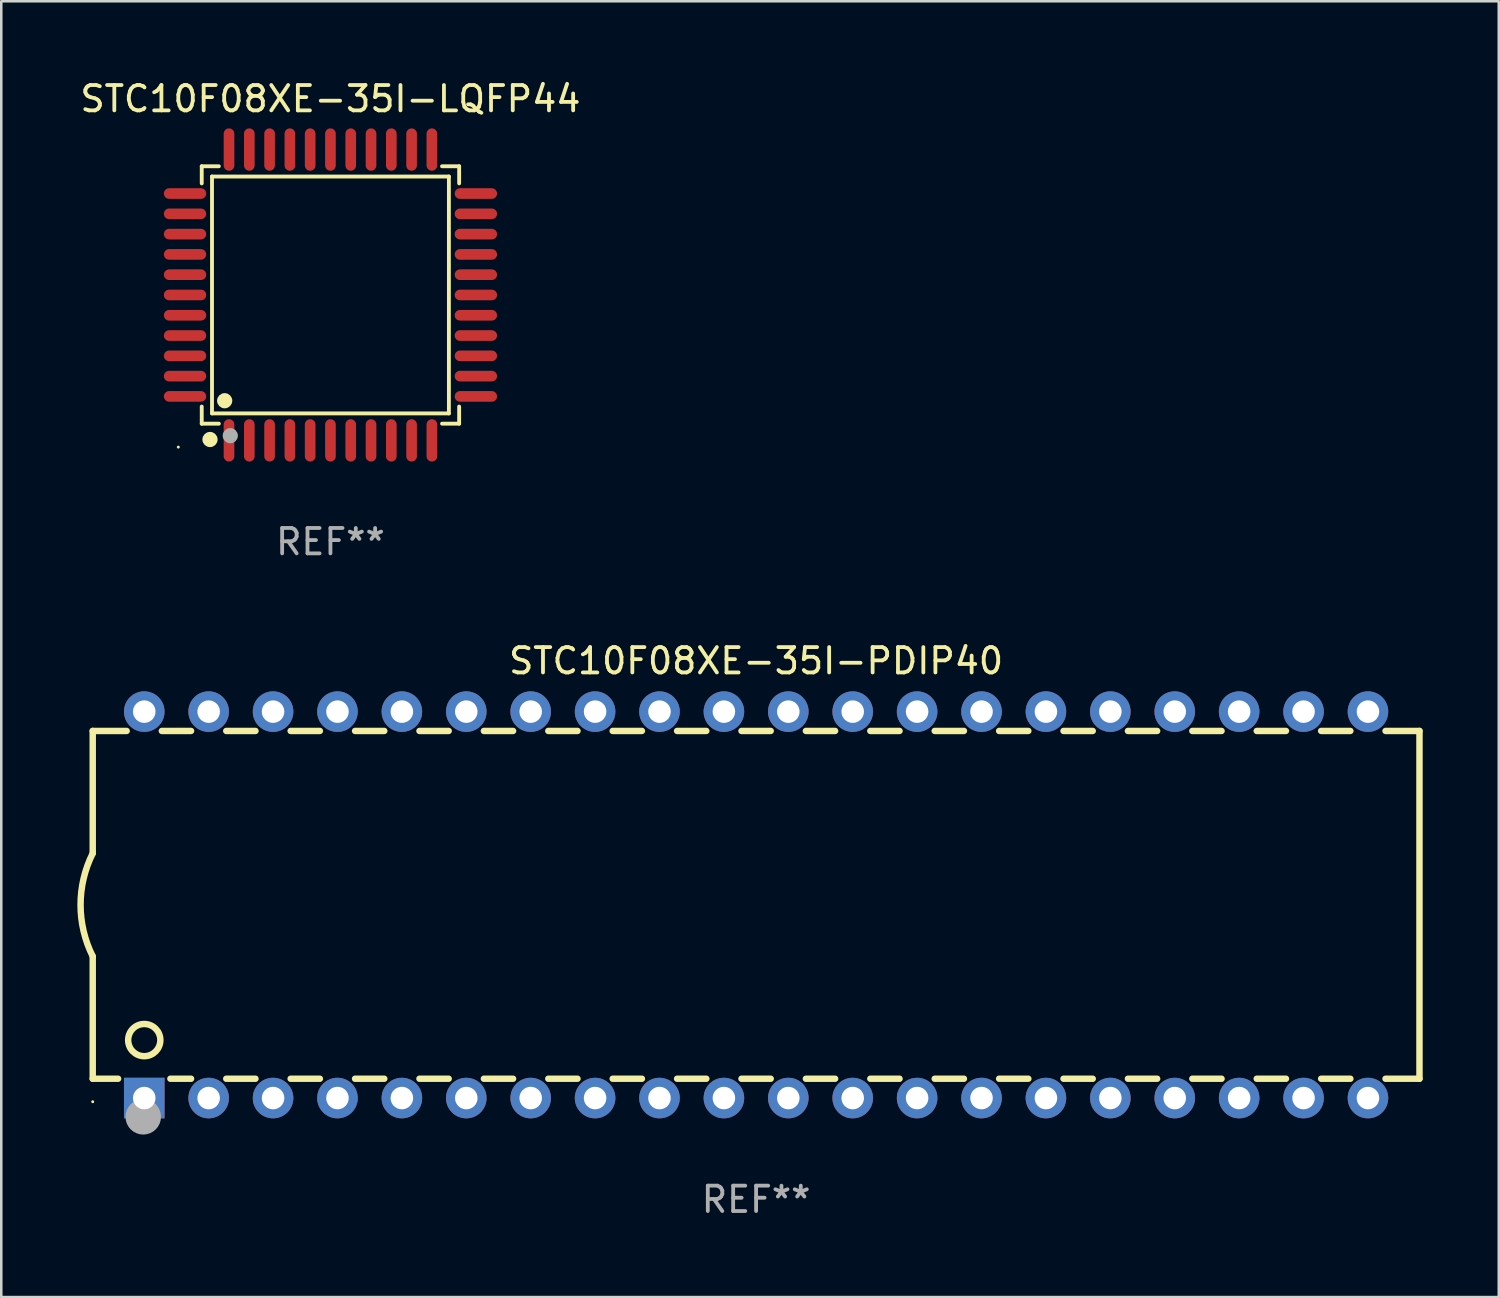
<source format=kicad_pcb>
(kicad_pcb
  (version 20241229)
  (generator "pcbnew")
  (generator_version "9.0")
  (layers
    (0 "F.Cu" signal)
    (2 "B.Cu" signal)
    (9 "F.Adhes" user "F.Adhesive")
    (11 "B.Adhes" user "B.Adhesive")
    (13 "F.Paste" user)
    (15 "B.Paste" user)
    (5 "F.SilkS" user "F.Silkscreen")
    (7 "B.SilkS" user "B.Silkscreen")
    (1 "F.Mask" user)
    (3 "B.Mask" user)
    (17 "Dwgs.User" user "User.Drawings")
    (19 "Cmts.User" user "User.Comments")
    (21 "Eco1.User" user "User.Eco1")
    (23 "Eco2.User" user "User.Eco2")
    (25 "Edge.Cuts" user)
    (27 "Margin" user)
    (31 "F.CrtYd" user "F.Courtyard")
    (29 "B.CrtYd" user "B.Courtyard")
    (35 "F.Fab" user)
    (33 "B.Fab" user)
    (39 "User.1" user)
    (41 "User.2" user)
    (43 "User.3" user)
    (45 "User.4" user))
  (footprint "STC10F08XE-35I-PDIP40"
    (layer "F.Cu")
    (at 26.769 32.635)
    (property "Reference" "STC10F08XE-35I-PDIP40" (at 0 -9.62 0) (layer "F.SilkS") (effects (font (size 1 1) (thickness 0.15))))
    (attr through_hole)
    (fp_line (start -26.162 -6.858) (end -26.162 -2.032) (stroke (width 0.254) (type solid)) (layer "F.SilkS"))
    (fp_line (start -26.162 6.858) (end -26.162 2.032) (stroke (width 0.254) (type solid)) (layer "F.SilkS"))
    (fp_line (start -26.162 6.858) (end -25.161 6.858) (stroke (width 0.254) (type solid)) (layer "F.SilkS"))
    (fp_line (start -24.824 -6.858) (end -26.162 -6.858) (stroke (width 0.254) (type solid)) (layer "F.SilkS"))
    (fp_line (start -23.099 6.858) (end -22.284 6.858) (stroke (width 0.254) (type solid)) (layer "F.SilkS"))
    (fp_line (start -22.284 -6.858) (end -23.436 -6.858) (stroke (width 0.254) (type solid)) (layer "F.SilkS"))
    (fp_line (start -20.896 6.858) (end -19.744 6.858) (stroke (width 0.254) (type solid)) (layer "F.SilkS"))
    (fp_line (start -19.744 -6.858) (end -20.896 -6.858) (stroke (width 0.254) (type solid)) (layer "F.SilkS"))
    (fp_line (start -18.356 6.858) (end -17.204 6.858) (stroke (width 0.254) (type solid)) (layer "F.SilkS"))
    (fp_line (start -17.204 -6.858) (end -18.356 -6.858) (stroke (width 0.254) (type solid)) (layer "F.SilkS"))
    (fp_line (start -15.816 6.858) (end -14.664 6.858) (stroke (width 0.254) (type solid)) (layer "F.SilkS"))
    (fp_line (start -14.664 -6.858) (end -15.816 -6.858) (stroke (width 0.254) (type solid)) (layer "F.SilkS"))
    (fp_line (start -13.276 6.858) (end -12.124 6.858) (stroke (width 0.254) (type solid)) (layer "F.SilkS"))
    (fp_line (start -12.124 -6.858) (end -13.276 -6.858) (stroke (width 0.254) (type solid)) (layer "F.SilkS"))
    (fp_line (start -10.736 6.858) (end -9.584 6.858) (stroke (width 0.254) (type solid)) (layer "F.SilkS"))
    (fp_line (start -9.584 -6.858) (end -10.736 -6.858) (stroke (width 0.254) (type solid)) (layer "F.SilkS"))
    (fp_line (start -8.196 6.858) (end -7.044 6.858) (stroke (width 0.254) (type solid)) (layer "F.SilkS"))
    (fp_line (start -7.044 -6.858) (end -8.196 -6.858) (stroke (width 0.254) (type solid)) (layer "F.SilkS"))
    (fp_line (start -5.656 6.858) (end -4.504 6.858) (stroke (width 0.254) (type solid)) (layer "F.SilkS"))
    (fp_line (start -4.504 -6.858) (end -5.656 -6.858) (stroke (width 0.254) (type solid)) (layer "F.SilkS"))
    (fp_line (start -3.116 6.858) (end -1.964 6.858) (stroke (width 0.254) (type solid)) (layer "F.SilkS"))
    (fp_line (start -1.964 -6.858) (end -3.116 -6.858) (stroke (width 0.254) (type solid)) (layer "F.SilkS"))
    (fp_line (start -0.576 6.858) (end 0.576 6.858) (stroke (width 0.254) (type solid)) (layer "F.SilkS"))
    (fp_line (start 0.576 -6.858) (end -0.576 -6.858) (stroke (width 0.254) (type solid)) (layer "F.SilkS"))
    (fp_line (start 1.964 6.858) (end 3.116 6.858) (stroke (width 0.254) (type solid)) (layer "F.SilkS"))
    (fp_line (start 3.116 -6.858) (end 1.964 -6.858) (stroke (width 0.254) (type solid)) (layer "F.SilkS"))
    (fp_line (start 4.504 6.858) (end 5.656 6.858) (stroke (width 0.254) (type solid)) (layer "F.SilkS"))
    (fp_line (start 5.656 -6.858) (end 4.504 -6.858) (stroke (width 0.254) (type solid)) (layer "F.SilkS"))
    (fp_line (start 7.044 6.858) (end 8.196 6.858) (stroke (width 0.254) (type solid)) (layer "F.SilkS"))
    (fp_line (start 8.196 -6.858) (end 7.044 -6.858) (stroke (width 0.254) (type solid)) (layer "F.SilkS"))
    (fp_line (start 9.584 6.858) (end 10.736 6.858) (stroke (width 0.254) (type solid)) (layer "F.SilkS"))
    (fp_line (start 10.736 -6.858) (end 9.584 -6.858) (stroke (width 0.254) (type solid)) (layer "F.SilkS"))
    (fp_line (start 12.124 6.858) (end 13.276 6.858) (stroke (width 0.254) (type solid)) (layer "F.SilkS"))
    (fp_line (start 13.276 -6.858) (end 12.124 -6.858) (stroke (width 0.254) (type solid)) (layer "F.SilkS"))
    (fp_line (start 14.664 6.858) (end 15.816 6.858) (stroke (width 0.254) (type solid)) (layer "F.SilkS"))
    (fp_line (start 15.816 -6.858) (end 14.664 -6.858) (stroke (width 0.254) (type solid)) (layer "F.SilkS"))
    (fp_line (start 17.204 6.858) (end 18.356 6.858) (stroke (width 0.254) (type solid)) (layer "F.SilkS"))
    (fp_line (start 18.356 -6.858) (end 17.204 -6.858) (stroke (width 0.254) (type solid)) (layer "F.SilkS"))
    (fp_line (start 19.744 6.858) (end 20.896 6.858) (stroke (width 0.254) (type solid)) (layer "F.SilkS"))
    (fp_line (start 20.896 -6.858) (end 19.744 -6.858) (stroke (width 0.254) (type solid)) (layer "F.SilkS"))
    (fp_line (start 22.284 6.858) (end 23.436 6.858) (stroke (width 0.254) (type solid)) (layer "F.SilkS"))
    (fp_line (start 23.436 -6.858) (end 22.284 -6.858) (stroke (width 0.254) (type solid)) (layer "F.SilkS"))
    (fp_line (start 24.824 6.858) (end 26.162 6.858) (stroke (width 0.254) (type solid)) (layer "F.SilkS"))
    (fp_line (start 26.162 -6.858) (end 24.824 -6.858) (stroke (width 0.254) (type solid)) (layer "F.SilkS"))
    (fp_line (start 26.162 -6.858) (end 26.162 6.858) (stroke (width 0.254) (type solid)) (layer "F.SilkS"))
    (fp_arc (start -26.162052 2.032004) (mid -26.641743 0) (end -26.162052 -2.032004) (stroke (width 0.254001) (type solid)) (layer "F.SilkS"))
    (fp_circle (center -26.162 7.765) (end -26.132 7.765) (stroke (width 0.06) (type solid)) (fill no) (layer "F.SilkS"))
    (fp_circle (center -24.13 5.334) (end -23.495 5.334) (stroke (width 0.254) (type solid)) (fill no) (layer "F.SilkS"))
    (fp_circle (center -24.17 8.36) (end -23.82 8.36) (stroke (width 0.7) (type solid)) (fill no) (layer "F.Fab"))
    (fp_text user "REF**" (at 0 11.62 0) (layer "F.Fab") (effects (font (size 1 1) (thickness 0.15))))
    (pad "1" thru_hole rect (at -24.13 7.62) (size 1.6 1.6) (drill 0.889) (layers "*.Cu" "*.Mask"))
    (pad "2" thru_hole circle (at -21.59 7.62) (size 1.6 1.6) (drill 0.889) (layers "*.Cu" "*.Mask"))
    (pad "3" thru_hole circle (at -19.05 7.62) (size 1.6 1.6) (drill 0.889) (layers "*.Cu" "*.Mask"))
    (pad "4" thru_hole circle (at -16.51 7.62) (size 1.6 1.6) (drill 0.889) (layers "*.Cu" "*.Mask"))
    (pad "5" thru_hole circle (at -13.97 7.62) (size 1.6 1.6) (drill 0.889) (layers "*.Cu" "*.Mask"))
    (pad "6" thru_hole circle (at -11.43 7.62) (size 1.6 1.6) (drill 0.889) (layers "*.Cu" "*.Mask"))
    (pad "7" thru_hole circle (at -8.89 7.62) (size 1.6 1.6) (drill 0.889) (layers "*.Cu" "*.Mask"))
    (pad "8" thru_hole circle (at -6.35 7.62) (size 1.6 1.6) (drill 0.889) (layers "*.Cu" "*.Mask"))
    (pad "9" thru_hole circle (at -3.81 7.62) (size 1.6 1.6) (drill 0.889) (layers "*.Cu" "*.Mask"))
    (pad "10" thru_hole circle (at -1.27 7.62) (size 1.6 1.6) (drill 0.889) (layers "*.Cu" "*.Mask"))
    (pad "11" thru_hole circle (at 1.27 7.62) (size 1.6 1.6) (drill 0.889) (layers "*.Cu" "*.Mask"))
    (pad "12" thru_hole circle (at 3.81 7.62) (size 1.6 1.6) (drill 0.889) (layers "*.Cu" "*.Mask"))
    (pad "13" thru_hole circle (at 6.35 7.62) (size 1.6 1.6) (drill 0.889) (layers "*.Cu" "*.Mask"))
    (pad "14" thru_hole circle (at 8.89 7.62) (size 1.6 1.6) (drill 0.889) (layers "*.Cu" "*.Mask"))
    (pad "15" thru_hole circle (at 11.43 7.62) (size 1.6 1.6) (drill 0.889) (layers "*.Cu" "*.Mask"))
    (pad "16" thru_hole circle (at 13.97 7.62) (size 1.6 1.6) (drill 0.889) (layers "*.Cu" "*.Mask"))
    (pad "17" thru_hole circle (at 16.51 7.62) (size 1.6 1.6) (drill 0.889) (layers "*.Cu" "*.Mask"))
    (pad "18" thru_hole circle (at 19.05 7.62) (size 1.6 1.6) (drill 0.889) (layers "*.Cu" "*.Mask"))
    (pad "19" thru_hole circle (at 21.59 7.62) (size 1.6 1.6) (drill 0.889) (layers "*.Cu" "*.Mask"))
    (pad "20" thru_hole circle (at 24.13 7.62) (size 1.6 1.6) (drill 0.889) (layers "*.Cu" "*.Mask"))
    (pad "21" thru_hole circle (at 24.13 -7.62) (size 1.6 1.6) (drill 0.889) (layers "*.Cu" "*.Mask"))
    (pad "22" thru_hole circle (at 21.59 -7.62) (size 1.6 1.6) (drill 0.889) (layers "*.Cu" "*.Mask"))
    (pad "23" thru_hole circle (at 19.05 -7.62) (size 1.6 1.6) (drill 0.889) (layers "*.Cu" "*.Mask"))
    (pad "24" thru_hole circle (at 16.51 -7.62) (size 1.6 1.6) (drill 0.889) (layers "*.Cu" "*.Mask"))
    (pad "25" thru_hole circle (at 13.97 -7.62) (size 1.6 1.6) (drill 0.889) (layers "*.Cu" "*.Mask"))
    (pad "26" thru_hole circle (at 11.43 -7.62) (size 1.6 1.6) (drill 0.889) (layers "*.Cu" "*.Mask"))
    (pad "27" thru_hole circle (at 8.89 -7.62) (size 1.6 1.6) (drill 0.889) (layers "*.Cu" "*.Mask"))
    (pad "28" thru_hole circle (at 6.35 -7.62) (size 1.6 1.6) (drill 0.889) (layers "*.Cu" "*.Mask"))
    (pad "29" thru_hole circle (at 3.81 -7.62) (size 1.6 1.6) (drill 0.889) (layers "*.Cu" "*.Mask"))
    (pad "30" thru_hole circle (at 1.27 -7.62) (size 1.6 1.6) (drill 0.889) (layers "*.Cu" "*.Mask"))
    (pad "31" thru_hole circle (at -1.27 -7.62) (size 1.6 1.6) (drill 0.889) (layers "*.Cu" "*.Mask"))
    (pad "32" thru_hole circle (at -3.81 -7.62) (size 1.6 1.6) (drill 0.889) (layers "*.Cu" "*.Mask"))
    (pad "33" thru_hole circle (at -6.35 -7.62) (size 1.6 1.6) (drill 0.889) (layers "*.Cu" "*.Mask"))
    (pad "34" thru_hole circle (at -8.89 -7.62) (size 1.6 1.6) (drill 0.889) (layers "*.Cu" "*.Mask"))
    (pad "35" thru_hole circle (at -11.43 -7.62) (size 1.6 1.6) (drill 0.889) (layers "*.Cu" "*.Mask"))
    (pad "36" thru_hole circle (at -13.97 -7.62) (size 1.6 1.6) (drill 0.889) (layers "*.Cu" "*.Mask"))
    (pad "37" thru_hole circle (at -16.51 -7.62) (size 1.6 1.6) (drill 0.889) (layers "*.Cu" "*.Mask"))
    (pad "38" thru_hole circle (at -19.05 -7.62) (size 1.6 1.6) (drill 0.889) (layers "*.Cu" "*.Mask"))
    (pad "39" thru_hole circle (at -21.59 -7.62) (size 1.6 1.6) (drill 0.889) (layers "*.Cu" "*.Mask"))
    (pad "40" thru_hole circle (at -24.13 -7.62) (size 1.6 1.6) (drill 0.889) (layers "*.Cu" "*.Mask")))
  (footprint "STC10F08XE-35I-LQFP44"
    (layer "F.Cu")
    (at 9.982 8.583)
    (property "Reference" "STC10F08XE-35I-LQFP44" (at 0 -7.735 0) (layer "F.SilkS") (effects (font (size 1 1) (thickness 0.15))))
    (attr through_hole)
    (fp_line (start -5.076 -5.076) (end -4.401 -5.076) (stroke (width 0.152) (type solid)) (layer "F.SilkS"))
    (fp_line (start -5.076 -4.401) (end -5.076 -5.076) (stroke (width 0.152) (type solid)) (layer "F.SilkS"))
    (fp_line (start -5.076 4.401) (end -5.076 5.076) (stroke (width 0.152) (type solid)) (layer "F.SilkS"))
    (fp_line (start -5.076 5.076) (end -4.401 5.076) (stroke (width 0.152) (type solid)) (layer "F.SilkS"))
    (fp_line (start -4.671 -4.671) (end 4.671 -4.671) (stroke (width 0.152) (type solid)) (layer "F.SilkS"))
    (fp_line (start -4.671 4.671) (end -4.671 -4.671) (stroke (width 0.152) (type solid)) (layer "F.SilkS"))
    (fp_line (start 4.671 -4.671) (end 4.671 4.671) (stroke (width 0.152) (type solid)) (layer "F.SilkS"))
    (fp_line (start 4.671 4.671) (end -4.671 4.671) (stroke (width 0.152) (type solid)) (layer "F.SilkS"))
    (fp_line (start 5.076 -5.076) (end 4.401 -5.076) (stroke (width 0.152) (type solid)) (layer "F.SilkS"))
    (fp_line (start 5.076 -4.401) (end 5.076 -5.076) (stroke (width 0.152) (type solid)) (layer "F.SilkS"))
    (fp_line (start 5.076 4.401) (end 5.076 5.076) (stroke (width 0.152) (type solid)) (layer "F.SilkS"))
    (fp_line (start 5.076 5.076) (end 4.401 5.076) (stroke (width 0.152) (type solid)) (layer "F.SilkS"))
    (fp_circle (center -6 6) (end -5.97 6) (stroke (width 0.06) (type solid)) (fill no) (layer "F.SilkS"))
    (fp_circle (center -4.75 5.7) (end -4.6 5.7) (stroke (width 0.3) (type solid)) (fill no) (layer "F.SilkS"))
    (fp_circle (center -4.171 4.171) (end -4.021 4.171) (stroke (width 0.3) (type solid)) (fill no) (layer "F.SilkS"))
    (fp_circle (center -3.95 5.55) (end -3.8 5.55) (stroke (width 0.3) (type solid)) (fill no) (layer "F.Fab"))
    (fp_text user "REF**" (at 0 9.735 0) (layer "F.Fab") (effects (font (size 1 1) (thickness 0.15))))
    (pad "1" smd oval (at -4 5.735) (size 0.42 1.67) (layers "F.Cu" "F.Mask" "F.Paste"))
    (pad "2" smd oval (at -3.2 5.735) (size 0.42 1.67) (layers "F.Cu" "F.Mask" "F.Paste"))
    (pad "3" smd oval (at -2.4 5.735) (size 0.42 1.67) (layers "F.Cu" "F.Mask" "F.Paste"))
    (pad "4" smd oval (at -1.6 5.735) (size 0.42 1.67) (layers "F.Cu" "F.Mask" "F.Paste"))
    (pad "5" smd oval (at -0.8 5.735) (size 0.42 1.67) (layers "F.Cu" "F.Mask" "F.Paste"))
    (pad "6" smd oval (at 0 5.735) (size 0.42 1.67) (layers "F.Cu" "F.Mask" "F.Paste"))
    (pad "7" smd oval (at 0.8 5.735) (size 0.42 1.67) (layers "F.Cu" "F.Mask" "F.Paste"))
    (pad "8" smd oval (at 1.6 5.735) (size 0.42 1.67) (layers "F.Cu" "F.Mask" "F.Paste"))
    (pad "9" smd oval (at 2.4 5.735) (size 0.42 1.67) (layers "F.Cu" "F.Mask" "F.Paste"))
    (pad "10" smd oval (at 3.2 5.735) (size 0.42 1.67) (layers "F.Cu" "F.Mask" "F.Paste"))
    (pad "11" smd oval (at 4 5.735) (size 0.42 1.67) (layers "F.Cu" "F.Mask" "F.Paste"))
    (pad "12" smd oval (at 5.735 4) (size 1.67 0.42) (layers "F.Cu" "F.Mask" "F.Paste"))
    (pad "13" smd oval (at 5.735 3.2) (size 1.67 0.42) (layers "F.Cu" "F.Mask" "F.Paste"))
    (pad "14" smd oval (at 5.735 2.4) (size 1.67 0.42) (layers "F.Cu" "F.Mask" "F.Paste"))
    (pad "15" smd oval (at 5.735 1.6) (size 1.67 0.42) (layers "F.Cu" "F.Mask" "F.Paste"))
    (pad "16" smd oval (at 5.735 0.8) (size 1.67 0.42) (layers "F.Cu" "F.Mask" "F.Paste"))
    (pad "17" smd oval (at 5.735 0) (size 1.67 0.42) (layers "F.Cu" "F.Mask" "F.Paste"))
    (pad "18" smd oval (at 5.735 -0.8) (size 1.67 0.42) (layers "F.Cu" "F.Mask" "F.Paste"))
    (pad "19" smd oval (at 5.735 -1.6) (size 1.67 0.42) (layers "F.Cu" "F.Mask" "F.Paste"))
    (pad "20" smd oval (at 5.735 -2.4) (size 1.67 0.42) (layers "F.Cu" "F.Mask" "F.Paste"))
    (pad "21" smd oval (at 5.735 -3.2) (size 1.67 0.42) (layers "F.Cu" "F.Mask" "F.Paste"))
    (pad "22" smd oval (at 5.735 -4) (size 1.67 0.42) (layers "F.Cu" "F.Mask" "F.Paste"))
    (pad "23" smd oval (at 4 -5.735) (size 0.42 1.67) (layers "F.Cu" "F.Mask" "F.Paste"))
    (pad "24" smd oval (at 3.2 -5.735) (size 0.42 1.67) (layers "F.Cu" "F.Mask" "F.Paste"))
    (pad "25" smd oval (at 2.4 -5.735) (size 0.42 1.67) (layers "F.Cu" "F.Mask" "F.Paste"))
    (pad "26" smd oval (at 1.6 -5.735) (size 0.42 1.67) (layers "F.Cu" "F.Mask" "F.Paste"))
    (pad "27" smd oval (at 0.8 -5.735) (size 0.42 1.67) (layers "F.Cu" "F.Mask" "F.Paste"))
    (pad "28" smd oval (at 0 -5.735) (size 0.42 1.67) (layers "F.Cu" "F.Mask" "F.Paste"))
    (pad "29" smd oval (at -0.8 -5.735) (size 0.42 1.67) (layers "F.Cu" "F.Mask" "F.Paste"))
    (pad "30" smd oval (at -1.6 -5.735) (size 0.42 1.67) (layers "F.Cu" "F.Mask" "F.Paste"))
    (pad "31" smd oval (at -2.4 -5.735) (size 0.42 1.67) (layers "F.Cu" "F.Mask" "F.Paste"))
    (pad "32" smd oval (at -3.2 -5.735) (size 0.42 1.67) (layers "F.Cu" "F.Mask" "F.Paste"))
    (pad "33" smd oval (at -4 -5.735) (size 0.42 1.67) (layers "F.Cu" "F.Mask" "F.Paste"))
    (pad "34" smd oval (at -5.735 -4) (size 1.67 0.42) (layers "F.Cu" "F.Mask" "F.Paste"))
    (pad "35" smd oval (at -5.735 -3.2) (size 1.67 0.42) (layers "F.Cu" "F.Mask" "F.Paste"))
    (pad "36" smd oval (at -5.735 -2.4) (size 1.67 0.42) (layers "F.Cu" "F.Mask" "F.Paste"))
    (pad "37" smd oval (at -5.735 -1.6) (size 1.67 0.42) (layers "F.Cu" "F.Mask" "F.Paste"))
    (pad "38" smd oval (at -5.735 -0.8) (size 1.67 0.42) (layers "F.Cu" "F.Mask" "F.Paste"))
    (pad "39" smd oval (at -5.735 0) (size 1.67 0.42) (layers "F.Cu" "F.Mask" "F.Paste"))
    (pad "40" smd oval (at -5.735 0.8) (size 1.67 0.42) (layers "F.Cu" "F.Mask" "F.Paste"))
    (pad "41" smd oval (at -5.735 1.6) (size 1.67 0.42) (layers "F.Cu" "F.Mask" "F.Paste"))
    (pad "42" smd oval (at -5.735 2.4) (size 1.67 0.42) (layers "F.Cu" "F.Mask" "F.Paste"))
    (pad "43" smd oval (at -5.735 3.2) (size 1.67 0.42) (layers "F.Cu" "F.Mask" "F.Paste"))
    (pad "44" smd oval (at -5.735 4) (size 1.67 0.42) (layers "F.Cu" "F.Mask" "F.Paste")))
  (gr_rect
    (start -3 -3)
    (end 56.058 48.103)
    (stroke (width 0.1) (type default))
    (fill no)
    (layer "Edge.Cuts")))
</source>
